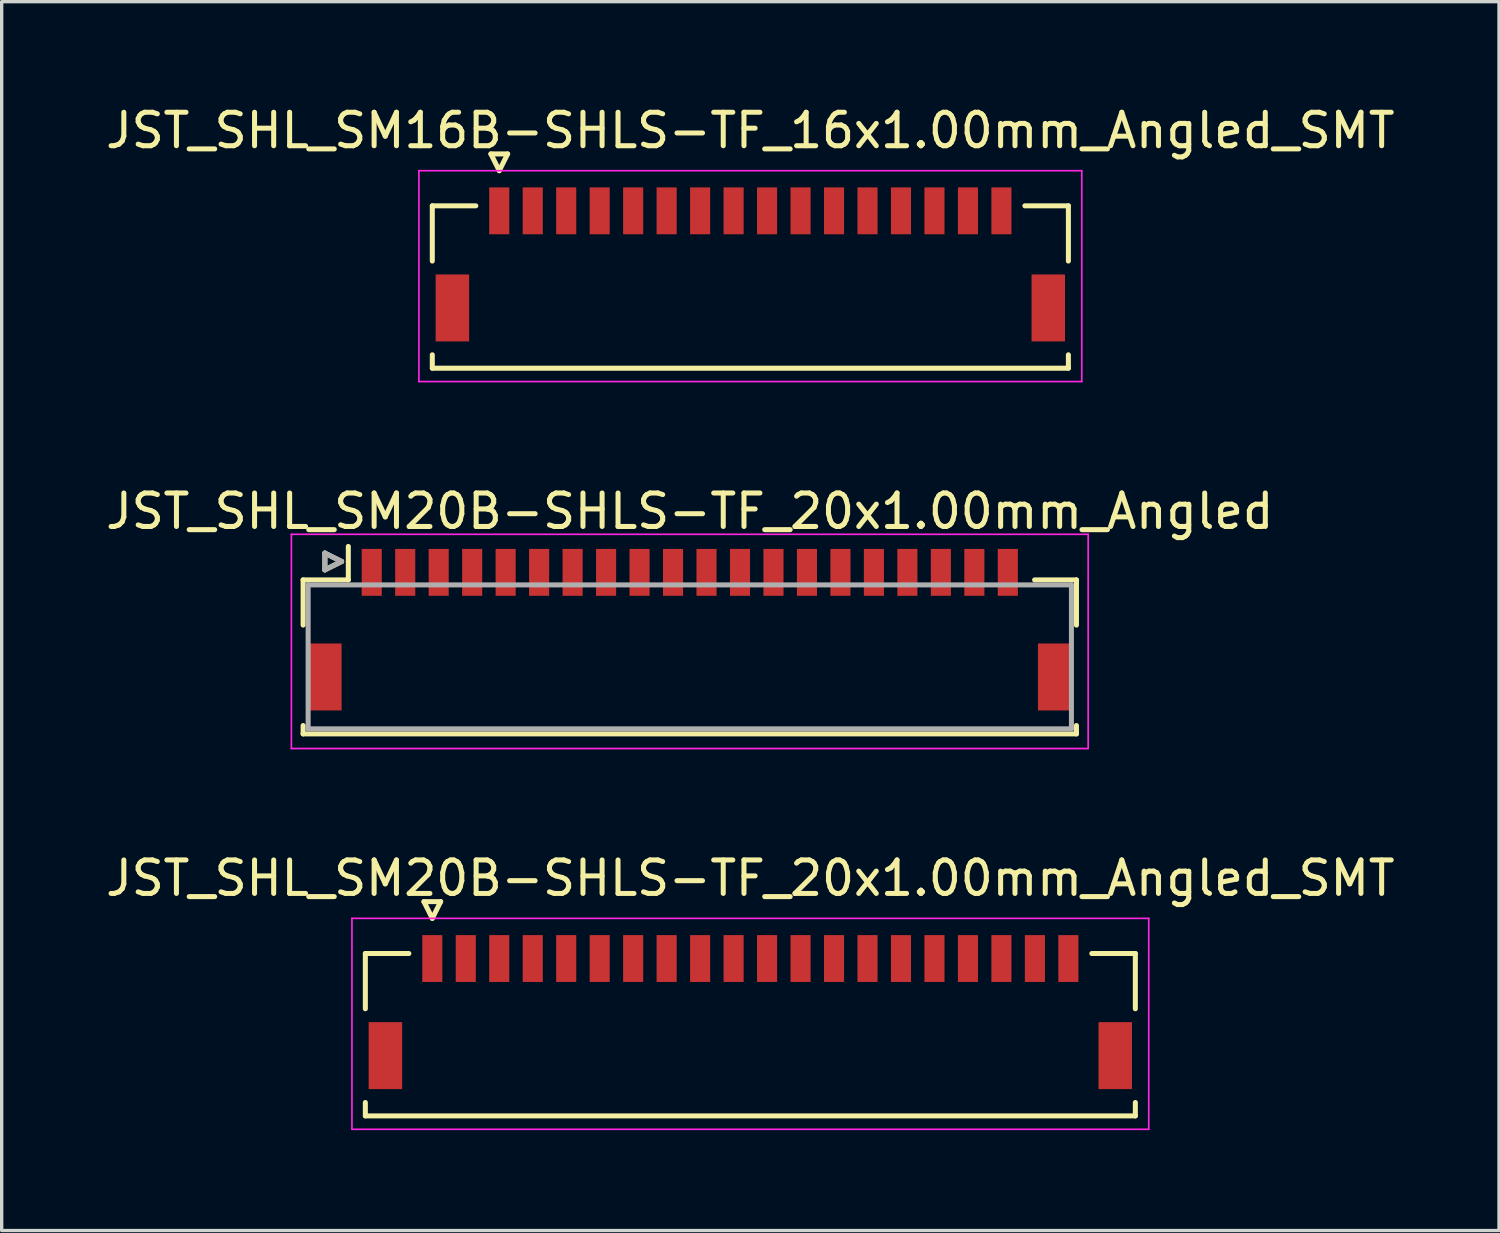
<source format=kicad_pcb>
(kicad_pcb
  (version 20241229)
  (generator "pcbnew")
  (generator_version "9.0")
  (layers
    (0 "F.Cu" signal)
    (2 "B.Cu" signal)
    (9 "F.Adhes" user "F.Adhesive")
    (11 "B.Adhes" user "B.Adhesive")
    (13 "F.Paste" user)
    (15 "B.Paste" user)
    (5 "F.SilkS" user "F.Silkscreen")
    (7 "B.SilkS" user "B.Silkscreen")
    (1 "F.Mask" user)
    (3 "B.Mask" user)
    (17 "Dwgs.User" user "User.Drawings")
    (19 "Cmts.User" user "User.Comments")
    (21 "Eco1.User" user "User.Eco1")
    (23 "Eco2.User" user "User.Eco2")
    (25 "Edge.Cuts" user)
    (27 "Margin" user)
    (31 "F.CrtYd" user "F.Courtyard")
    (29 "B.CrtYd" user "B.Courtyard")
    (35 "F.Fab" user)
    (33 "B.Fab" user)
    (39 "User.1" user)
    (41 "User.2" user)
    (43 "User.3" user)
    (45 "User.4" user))
  (footprint "JST_SHL_SM16B-SHLS-TF_16x1.00mm_Angled_SMT"
    (layer "F.Cu")
    (at 19.363 4.848)
    (property "Reference" "JST_SHL_SM16B-SHLS-TF_16x1.00mm_Angled_SMT" (at 0 -4 0) (layer "F.SilkS") (effects (font (size 1 1) (thickness 0.15))))
    (attr smd)
    (fp_line (start -9.5 -1.75) (end -8.2 -1.75) (stroke (width 0.15) (type solid)) (layer "F.SilkS"))
    (fp_line (start -9.5 -0.1) (end -9.5 -1.75) (stroke (width 0.15) (type solid)) (layer "F.SilkS"))
    (fp_line (start -9.5 2.7) (end -9.5 3.1) (stroke (width 0.15) (type solid)) (layer "F.SilkS"))
    (fp_line (start -9.5 3.1) (end 9.5 3.1) (stroke (width 0.15) (type solid)) (layer "F.SilkS"))
    (fp_line (start -7.75 -3.3) (end -7.25 -3.3) (stroke (width 0.15) (type solid)) (layer "F.SilkS"))
    (fp_line (start -7.5 -2.8) (end -7.75 -3.3) (stroke (width 0.15) (type solid)) (layer "F.SilkS"))
    (fp_line (start -7.25 -3.3) (end -7.5 -2.8) (stroke (width 0.15) (type solid)) (layer "F.SilkS"))
    (fp_line (start 9.5 -1.75) (end 8.2 -1.75) (stroke (width 0.15) (type solid)) (layer "F.SilkS"))
    (fp_line (start 9.5 -0.1) (end 9.5 -1.75) (stroke (width 0.15) (type solid)) (layer "F.SilkS"))
    (fp_line (start 9.5 3.1) (end 9.5 2.7) (stroke (width 0.15) (type solid)) (layer "F.SilkS"))
    (fp_line (start -9.9 -2.8) (end -9.9 3.5) (stroke (width 0.05) (type solid)) (layer "F.CrtYd"))
    (fp_line (start -9.9 3.5) (end 9.9 3.5) (stroke (width 0.05) (type solid)) (layer "F.CrtYd"))
    (fp_line (start 9.9 -2.8) (end -9.9 -2.8) (stroke (width 0.05) (type solid)) (layer "F.CrtYd"))
    (fp_line (start 9.9 3.5) (end 9.9 -2.8) (stroke (width 0.05) (type solid)) (layer "F.CrtYd"))
    (pad "" smd rect (at -8.9 1.3) (size 1 2) (layers "F.Cu" "F.Mask" "F.Paste"))
    (pad "" smd rect (at 8.9 1.3) (size 1 2) (layers "F.Cu" "F.Mask" "F.Paste"))
    (pad "1" smd rect (at -7.5 -1.6) (size 0.6 1.4) (layers "F.Cu" "F.Mask" "F.Paste"))
    (pad "2" smd rect (at -6.5 -1.6) (size 0.6 1.4) (layers "F.Cu" "F.Mask" "F.Paste"))
    (pad "3" smd rect (at -5.5 -1.6) (size 0.6 1.4) (layers "F.Cu" "F.Mask" "F.Paste"))
    (pad "4" smd rect (at -4.5 -1.6) (size 0.6 1.4) (layers "F.Cu" "F.Mask" "F.Paste"))
    (pad "5" smd rect (at -3.5 -1.6) (size 0.6 1.4) (layers "F.Cu" "F.Mask" "F.Paste"))
    (pad "6" smd rect (at -2.5 -1.6) (size 0.6 1.4) (layers "F.Cu" "F.Mask" "F.Paste"))
    (pad "7" smd rect (at -1.5 -1.6) (size 0.6 1.4) (layers "F.Cu" "F.Mask" "F.Paste"))
    (pad "8" smd rect (at -0.5 -1.6) (size 0.6 1.4) (layers "F.Cu" "F.Mask" "F.Paste"))
    (pad "9" smd rect (at 0.5 -1.6) (size 0.6 1.4) (layers "F.Cu" "F.Mask" "F.Paste"))
    (pad "10" smd rect (at 1.5 -1.6) (size 0.6 1.4) (layers "F.Cu" "F.Mask" "F.Paste"))
    (pad "11" smd rect (at 2.5 -1.6) (size 0.6 1.4) (layers "F.Cu" "F.Mask" "F.Paste"))
    (pad "12" smd rect (at 3.5 -1.6) (size 0.6 1.4) (layers "F.Cu" "F.Mask" "F.Paste"))
    (pad "13" smd rect (at 4.5 -1.6) (size 0.6 1.4) (layers "F.Cu" "F.Mask" "F.Paste"))
    (pad "14" smd rect (at 5.5 -1.6) (size 0.6 1.4) (layers "F.Cu" "F.Mask" "F.Paste"))
    (pad "15" smd rect (at 6.5 -1.6) (size 0.6 1.4) (layers "F.Cu" "F.Mask" "F.Paste"))
    (pad "16" smd rect (at 7.5 -1.6) (size 0.6 1.4) (layers "F.Cu" "F.Mask" "F.Paste")))
  (footprint "JST_SHL_SM20B-SHLS-TF_20x1.00mm_Angled_SMT"
    (layer "F.Cu")
    (at 19.363 27.182)
    (property "Reference" "JST_SHL_SM20B-SHLS-TF_20x1.00mm_Angled_SMT" (at 0 -4 0) (layer "F.SilkS") (effects (font (size 1 1) (thickness 0.15))))
    (attr smd)
    (fp_line (start -11.5 -1.75) (end -10.2 -1.75) (stroke (width 0.15) (type solid)) (layer "F.SilkS"))
    (fp_line (start -11.5 -0.1) (end -11.5 -1.75) (stroke (width 0.15) (type solid)) (layer "F.SilkS"))
    (fp_line (start -11.5 2.7) (end -11.5 3.1) (stroke (width 0.15) (type solid)) (layer "F.SilkS"))
    (fp_line (start -11.5 3.1) (end 11.5 3.1) (stroke (width 0.15) (type solid)) (layer "F.SilkS"))
    (fp_line (start -9.75 -3.3) (end -9.25 -3.3) (stroke (width 0.15) (type solid)) (layer "F.SilkS"))
    (fp_line (start -9.5 -2.8) (end -9.75 -3.3) (stroke (width 0.15) (type solid)) (layer "F.SilkS"))
    (fp_line (start -9.25 -3.3) (end -9.5 -2.8) (stroke (width 0.15) (type solid)) (layer "F.SilkS"))
    (fp_line (start 11.5 -1.75) (end 10.2 -1.75) (stroke (width 0.15) (type solid)) (layer "F.SilkS"))
    (fp_line (start 11.5 -0.1) (end 11.5 -1.75) (stroke (width 0.15) (type solid)) (layer "F.SilkS"))
    (fp_line (start 11.5 3.1) (end 11.5 2.7) (stroke (width 0.15) (type solid)) (layer "F.SilkS"))
    (fp_line (start -11.9 -2.8) (end -11.9 3.5) (stroke (width 0.05) (type solid)) (layer "F.CrtYd"))
    (fp_line (start -11.9 3.5) (end 11.9 3.5) (stroke (width 0.05) (type solid)) (layer "F.CrtYd"))
    (fp_line (start 11.9 -2.8) (end -11.9 -2.8) (stroke (width 0.05) (type solid)) (layer "F.CrtYd"))
    (fp_line (start 11.9 3.5) (end 11.9 -2.8) (stroke (width 0.05) (type solid)) (layer "F.CrtYd"))
    (pad "" smd rect (at -10.9 1.3) (size 1 2) (layers "F.Cu" "F.Mask" "F.Paste"))
    (pad "" smd rect (at 10.9 1.3) (size 1 2) (layers "F.Cu" "F.Mask" "F.Paste"))
    (pad "1" smd rect (at -9.5 -1.6) (size 0.6 1.4) (layers "F.Cu" "F.Mask" "F.Paste"))
    (pad "2" smd rect (at -8.5 -1.6) (size 0.6 1.4) (layers "F.Cu" "F.Mask" "F.Paste"))
    (pad "3" smd rect (at -7.5 -1.6) (size 0.6 1.4) (layers "F.Cu" "F.Mask" "F.Paste"))
    (pad "4" smd rect (at -6.5 -1.6) (size 0.6 1.4) (layers "F.Cu" "F.Mask" "F.Paste"))
    (pad "5" smd rect (at -5.5 -1.6) (size 0.6 1.4) (layers "F.Cu" "F.Mask" "F.Paste"))
    (pad "6" smd rect (at -4.5 -1.6) (size 0.6 1.4) (layers "F.Cu" "F.Mask" "F.Paste"))
    (pad "7" smd rect (at -3.5 -1.6) (size 0.6 1.4) (layers "F.Cu" "F.Mask" "F.Paste"))
    (pad "8" smd rect (at -2.5 -1.6) (size 0.6 1.4) (layers "F.Cu" "F.Mask" "F.Paste"))
    (pad "9" smd rect (at -1.5 -1.6) (size 0.6 1.4) (layers "F.Cu" "F.Mask" "F.Paste"))
    (pad "10" smd rect (at -0.5 -1.6) (size 0.6 1.4) (layers "F.Cu" "F.Mask" "F.Paste"))
    (pad "11" smd rect (at 0.5 -1.6) (size 0.6 1.4) (layers "F.Cu" "F.Mask" "F.Paste"))
    (pad "12" smd rect (at 1.5 -1.6) (size 0.6 1.4) (layers "F.Cu" "F.Mask" "F.Paste"))
    (pad "13" smd rect (at 2.5 -1.6) (size 0.6 1.4) (layers "F.Cu" "F.Mask" "F.Paste"))
    (pad "14" smd rect (at 3.5 -1.6) (size 0.6 1.4) (layers "F.Cu" "F.Mask" "F.Paste"))
    (pad "15" smd rect (at 4.5 -1.6) (size 0.6 1.4) (layers "F.Cu" "F.Mask" "F.Paste"))
    (pad "16" smd rect (at 5.5 -1.6) (size 0.6 1.4) (layers "F.Cu" "F.Mask" "F.Paste"))
    (pad "17" smd rect (at 6.5 -1.6) (size 0.6 1.4) (layers "F.Cu" "F.Mask" "F.Paste"))
    (pad "18" smd rect (at 7.5 -1.6) (size 0.6 1.4) (layers "F.Cu" "F.Mask" "F.Paste"))
    (pad "19" smd rect (at 8.5 -1.6) (size 0.6 1.4) (layers "F.Cu" "F.Mask" "F.Paste"))
    (pad "20" smd rect (at 9.5 -1.6) (size 0.6 1.4) (layers "F.Cu" "F.Mask" "F.Paste")))
  (footprint "JST_SHL_SM20B-SHLS-TF_20x1.00mm_Angled"
    (layer "F.Cu")
    (at 17.554 15.609)
    (property "Reference" "JST_SHL_SM20B-SHLS-TF_20x1.00mm_Angled" (at 0 -3.388 0) (layer "F.SilkS") (effects (font (size 1 1) (thickness 0.15))))
    (attr smd)
    (fp_line (start -11.55 -1.337) (end -10.2 -1.337) (stroke (width 0.15) (type solid)) (layer "F.SilkS"))
    (fp_line (start -11.55 0.013) (end -11.55 -1.337) (stroke (width 0.15) (type solid)) (layer "F.SilkS"))
    (fp_line (start -11.55 3.013) (end -11.55 3.263) (stroke (width 0.15) (type solid)) (layer "F.SilkS"))
    (fp_line (start -11.55 3.263) (end 11.55 3.263) (stroke (width 0.15) (type solid)) (layer "F.SilkS"))
    (fp_line (start -10.9 -2.138) (end -10.9 -1.637) (stroke (width 0.15) (type solid)) (layer "F.SilkS"))
    (fp_line (start -10.9 -1.637) (end -10.4 -1.887) (stroke (width 0.15) (type solid)) (layer "F.SilkS"))
    (fp_line (start -10.4 -1.887) (end -10.9 -2.138) (stroke (width 0.15) (type solid)) (layer "F.SilkS"))
    (fp_line (start -10.2 -1.337) (end -10.2 -2.337) (stroke (width 0.15) (type solid)) (layer "F.SilkS"))
    (fp_line (start 11.55 -1.337) (end 10.3 -1.337) (stroke (width 0.15) (type solid)) (layer "F.SilkS"))
    (fp_line (start 11.55 0.013) (end 11.55 -1.337) (stroke (width 0.15) (type solid)) (layer "F.SilkS"))
    (fp_line (start 11.55 3.263) (end 11.55 3.013) (stroke (width 0.15) (type solid)) (layer "F.SilkS"))
    (fp_line (start -11.9 -2.7) (end -11.9 3.7) (stroke (width 0.05) (type solid)) (layer "F.CrtYd"))
    (fp_line (start -11.9 3.7) (end 11.9 3.7) (stroke (width 0.05) (type solid)) (layer "F.CrtYd"))
    (fp_line (start 11.9 -2.7) (end -11.9 -2.7) (stroke (width 0.05) (type solid)) (layer "F.CrtYd"))
    (fp_line (start 11.9 3.7) (end 11.9 -2.7) (stroke (width 0.05) (type solid)) (layer "F.CrtYd"))
    (fp_line (start -11.4 -1.188) (end -11.4 3.112) (stroke (width 0.15) (type solid)) (layer "F.Fab"))
    (fp_line (start -11.4 3.112) (end 11.4 3.112) (stroke (width 0.15) (type solid)) (layer "F.Fab"))
    (fp_line (start -10.9 -2.138) (end -10.9 -1.637) (stroke (width 0.15) (type solid)) (layer "F.Fab"))
    (fp_line (start -10.9 -1.637) (end -10.4 -1.887) (stroke (width 0.15) (type solid)) (layer "F.Fab"))
    (fp_line (start -10.4 -1.887) (end -10.9 -2.138) (stroke (width 0.15) (type solid)) (layer "F.Fab"))
    (fp_line (start 11.4 -1.188) (end -11.4 -1.188) (stroke (width 0.15) (type solid)) (layer "F.Fab"))
    (fp_line (start 11.4 3.112) (end 11.4 -1.188) (stroke (width 0.15) (type solid)) (layer "F.Fab"))
    (pad "" smd rect (at -10.9 1.562) (size 1 2) (layers "F.Cu" "F.Mask" "F.Paste"))
    (pad "" smd rect (at 10.9 1.562) (size 1 2) (layers "F.Cu" "F.Mask" "F.Paste"))
    (pad "1" smd rect (at -9.5 -1.562) (size 0.6 1.4) (layers "F.Cu" "F.Mask" "F.Paste"))
    (pad "2" smd rect (at -8.5 -1.562) (size 0.6 1.4) (layers "F.Cu" "F.Mask" "F.Paste"))
    (pad "3" smd rect (at -7.5 -1.562) (size 0.6 1.4) (layers "F.Cu" "F.Mask" "F.Paste"))
    (pad "4" smd rect (at -6.5 -1.562) (size 0.6 1.4) (layers "F.Cu" "F.Mask" "F.Paste"))
    (pad "5" smd rect (at -5.5 -1.562) (size 0.6 1.4) (layers "F.Cu" "F.Mask" "F.Paste"))
    (pad "6" smd rect (at -4.5 -1.562) (size 0.6 1.4) (layers "F.Cu" "F.Mask" "F.Paste"))
    (pad "7" smd rect (at -3.5 -1.562) (size 0.6 1.4) (layers "F.Cu" "F.Mask" "F.Paste"))
    (pad "8" smd rect (at -2.5 -1.562) (size 0.6 1.4) (layers "F.Cu" "F.Mask" "F.Paste"))
    (pad "9" smd rect (at -1.5 -1.562) (size 0.6 1.4) (layers "F.Cu" "F.Mask" "F.Paste"))
    (pad "10" smd rect (at -0.5 -1.562) (size 0.6 1.4) (layers "F.Cu" "F.Mask" "F.Paste"))
    (pad "11" smd rect (at 0.5 -1.562) (size 0.6 1.4) (layers "F.Cu" "F.Mask" "F.Paste"))
    (pad "12" smd rect (at 1.5 -1.562) (size 0.6 1.4) (layers "F.Cu" "F.Mask" "F.Paste"))
    (pad "13" smd rect (at 2.5 -1.562) (size 0.6 1.4) (layers "F.Cu" "F.Mask" "F.Paste"))
    (pad "14" smd rect (at 3.5 -1.562) (size 0.6 1.4) (layers "F.Cu" "F.Mask" "F.Paste"))
    (pad "15" smd rect (at 4.5 -1.562) (size 0.6 1.4) (layers "F.Cu" "F.Mask" "F.Paste"))
    (pad "16" smd rect (at 5.5 -1.562) (size 0.6 1.4) (layers "F.Cu" "F.Mask" "F.Paste"))
    (pad "17" smd rect (at 6.5 -1.562) (size 0.6 1.4) (layers "F.Cu" "F.Mask" "F.Paste"))
    (pad "18" smd rect (at 7.5 -1.562) (size 0.6 1.4) (layers "F.Cu" "F.Mask" "F.Paste"))
    (pad "19" smd rect (at 8.5 -1.562) (size 0.6 1.4) (layers "F.Cu" "F.Mask" "F.Paste"))
    (pad "20" smd rect (at 9.5 -1.562) (size 0.6 1.4) (layers "F.Cu" "F.Mask" "F.Paste")))
  (gr_rect
    (start -3 -3)
    (end 41.726 33.707)
    (stroke (width 0.1) (type default))
    (fill no)
    (layer "Edge.Cuts")))
</source>
